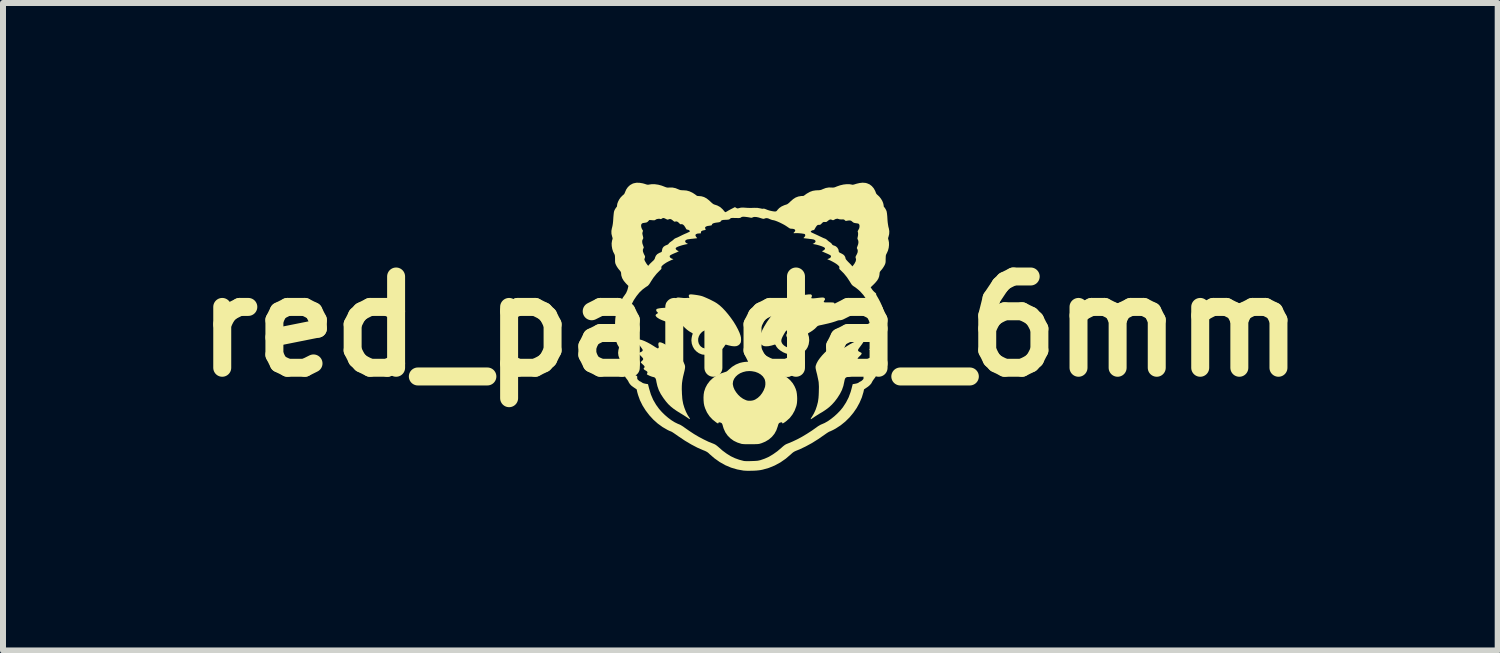
<source format=kicad_pcb>
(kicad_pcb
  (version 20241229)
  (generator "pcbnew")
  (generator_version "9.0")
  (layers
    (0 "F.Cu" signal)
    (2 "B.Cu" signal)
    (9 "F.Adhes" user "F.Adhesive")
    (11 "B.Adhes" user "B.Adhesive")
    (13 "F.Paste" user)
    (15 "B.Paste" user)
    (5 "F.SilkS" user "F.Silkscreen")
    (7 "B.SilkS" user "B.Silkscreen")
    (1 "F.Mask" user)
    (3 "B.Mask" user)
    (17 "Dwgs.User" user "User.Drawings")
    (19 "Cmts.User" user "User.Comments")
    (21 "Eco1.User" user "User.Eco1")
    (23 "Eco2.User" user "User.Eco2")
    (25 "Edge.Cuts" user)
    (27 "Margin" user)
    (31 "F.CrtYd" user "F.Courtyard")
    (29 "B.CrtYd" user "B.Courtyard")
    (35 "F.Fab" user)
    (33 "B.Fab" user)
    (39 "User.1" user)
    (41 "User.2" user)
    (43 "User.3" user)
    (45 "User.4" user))
  (footprint "red_panda_6mm"
    (layer "F.Cu")
    (at 9.478 2.401)
    (property "Reference" "red_panda_6mm" (at 0 0 0) (layer "F.SilkS") (effects (font (size 1.524 1.524) (thickness 0.3))))
    (attr board_only exclude_from_pos_files exclude_from_bom)
    (fp_poly (pts (xy -0.641 0.09) (xy -0.62 0.103) (xy -0.606 0.124) (xy -0.602 0.136) (xy -0.603 0.16) (xy -0.612 0.183) (xy -0.627 0.2) (xy -0.629 0.202) (xy -0.645 0.209) (xy -0.665 0.213) (xy -0.681 0.213) (xy -0.684 0.212) (xy -0.71 0.198) (xy -0.728 0.179) (xy -0.737 0.157) (xy -0.736 0.133) (xy -0.724 0.111) (xy -0.713 0.099) (xy -0.69 0.087) (xy -0.665 0.084)) (stroke (width 0) (type solid)) (fill yes) (layer "F.SilkS"))
    (fp_poly (pts (xy 0.697 0.09) (xy 0.718 0.103) (xy 0.732 0.124) (xy 0.736 0.136) (xy 0.735 0.16) (xy 0.726 0.183) (xy 0.712 0.2) (xy 0.709 0.202) (xy 0.693 0.209) (xy 0.673 0.213) (xy 0.657 0.213) (xy 0.654 0.212) (xy 0.628 0.198) (xy 0.61 0.179) (xy 0.601 0.157) (xy 0.602 0.133) (xy 0.614 0.111) (xy 0.625 0.099) (xy 0.648 0.087) (xy 0.673 0.084)) (stroke (width 0) (type solid)) (fill yes) (layer "F.SilkS"))
    (fp_poly (pts (xy -1.834 0.22) (xy -1.801 0.23) (xy -1.761 0.246) (xy -1.717 0.267) (xy -1.669 0.293) (xy -1.62 0.323) (xy -1.609 0.33) (xy -1.586 0.345) (xy -1.566 0.356) (xy -1.551 0.364) (xy -1.545 0.366) (xy -1.535 0.361) (xy -1.529 0.349) (xy -1.53 0.334) (xy -1.53 0.333) (xy -1.535 0.315) (xy -1.536 0.296) (xy -1.534 0.279) (xy -1.528 0.269) (xy -1.527 0.268) (xy -1.512 0.264) (xy -1.494 0.266) (xy -1.472 0.274) (xy -1.449 0.284) (xy -1.398 0.313) (xy -1.346 0.349) (xy -1.293 0.391) (xy -1.243 0.436) (xy -1.197 0.484) (xy -1.157 0.533) (xy -1.125 0.579) (xy -1.113 0.601) (xy -1.102 0.625) (xy -1.094 0.645) (xy -1.09 0.664) (xy -1.09 0.684) (xy -1.093 0.708) (xy -1.099 0.739) (xy -1.109 0.779) (xy -1.109 0.78) (xy -1.124 0.841) (xy -1.134 0.895) (xy -1.141 0.945) (xy -1.144 0.994) (xy -1.145 1.048) (xy -1.143 1.089) (xy -1.142 1.126) (xy -1.139 1.163) (xy -1.137 1.196) (xy -1.134 1.222) (xy -1.133 1.229) (xy -1.121 1.293) (xy -1.101 1.358) (xy -1.076 1.422) (xy -1.047 1.479) (xy -1.03 1.505) (xy -1.015 1.528) (xy -1.008 1.542) (xy -1.009 1.547) (xy -1.019 1.544) (xy -1.037 1.533) (xy -1.05 1.523) (xy -1.067 1.512) (xy -1.091 1.496) (xy -1.121 1.477) (xy -1.152 1.458) (xy -1.169 1.448) (xy -1.231 1.409) (xy -1.283 1.373) (xy -1.329 1.336) (xy -1.37 1.297) (xy -1.408 1.253) (xy -1.446 1.203) (xy -1.452 1.195) (xy -1.495 1.129) (xy -1.528 1.064) (xy -1.552 0.996) (xy -1.569 0.922) (xy -1.569 0.918) (xy -1.575 0.888) (xy -1.583 0.868) (xy -1.593 0.855) (xy -1.608 0.847) (xy -1.624 0.843) (xy -1.64 0.839) (xy -1.66 0.832) (xy -1.682 0.823) (xy -1.703 0.813) (xy -1.719 0.805) (xy -1.727 0.798) (xy -1.728 0.797) (xy -1.725 0.788) (xy -1.721 0.78) (xy -1.717 0.767) (xy -1.722 0.754) (xy -1.738 0.741) (xy -1.754 0.732) (xy -1.774 0.719) (xy -1.782 0.706) (xy -1.778 0.695) (xy -1.773 0.69) (xy -1.765 0.679) (xy -1.767 0.667) (xy -1.778 0.651) (xy -1.797 0.633) (xy -1.813 0.618) (xy -1.825 0.606) (xy -1.83 0.599) (xy -1.83 0.599) (xy -1.826 0.592) (xy -1.816 0.58) (xy -1.809 0.574) (xy -1.795 0.56) (xy -1.789 0.546) (xy -1.792 0.532) (xy -1.805 0.516) (xy -1.824 0.496) (xy -1.845 0.475) (xy -1.857 0.459) (xy -1.859 0.447) (xy -1.851 0.438) (xy -1.835 0.429) (xy -1.833 0.429) (xy -1.81 0.417) (xy -1.798 0.404) (xy -1.798 0.388) (xy -1.801 0.383) (xy -1.807 0.373) (xy -1.819 0.356) (xy -1.834 0.335) (xy -1.848 0.317) (xy -1.865 0.294) (xy -1.879 0.273) (xy -1.888 0.257) (xy -1.892 0.249) (xy -1.889 0.233) (xy -1.878 0.221) (xy -1.86 0.216) (xy -1.859 0.216)) (stroke (width 0) (type solid)) (fill yes) (layer "F.SilkS"))
    (fp_poly (pts (xy 1.877 0.22) (xy 1.889 0.232) (xy 1.892 0.248) (xy 1.892 0.249) (xy 1.887 0.259) (xy 1.877 0.276) (xy 1.862 0.298) (xy 1.848 0.317) (xy 1.831 0.34) (xy 1.816 0.36) (xy 1.805 0.376) (xy 1.801 0.383) (xy 1.797 0.399) (xy 1.805 0.413) (xy 1.825 0.425) (xy 1.833 0.429) (xy 1.85 0.437) (xy 1.858 0.446) (xy 1.857 0.458) (xy 1.847 0.473) (xy 1.827 0.494) (xy 1.824 0.496) (xy 1.803 0.517) (xy 1.792 0.534) (xy 1.79 0.548) (xy 1.796 0.561) (xy 1.809 0.574) (xy 1.822 0.587) (xy 1.829 0.596) (xy 1.83 0.599) (xy 1.826 0.605) (xy 1.815 0.617) (xy 1.799 0.631) (xy 1.797 0.633) (xy 1.777 0.652) (xy 1.766 0.668) (xy 1.766 0.68) (xy 1.773 0.69) (xy 1.781 0.702) (xy 1.778 0.714) (xy 1.763 0.727) (xy 1.754 0.732) (xy 1.731 0.746) (xy 1.719 0.759) (xy 1.717 0.772) (xy 1.721 0.78) (xy 1.727 0.791) (xy 1.728 0.797) (xy 1.723 0.802) (xy 1.709 0.81) (xy 1.69 0.819) (xy 1.669 0.828) (xy 1.648 0.836) (xy 1.63 0.842) (xy 1.624 0.843) (xy 1.605 0.848) (xy 1.591 0.857) (xy 1.581 0.871) (xy 1.574 0.893) (xy 1.569 0.918) (xy 1.553 0.992) (xy 1.529 1.061) (xy 1.496 1.126) (xy 1.454 1.192) (xy 1.452 1.195) (xy 1.408 1.253) (xy 1.363 1.303) (xy 1.315 1.348) (xy 1.261 1.389) (xy 1.199 1.43) (xy 1.181 1.44) (xy 1.149 1.459) (xy 1.116 1.48) (xy 1.086 1.499) (xy 1.062 1.515) (xy 1.061 1.516) (xy 1.037 1.532) (xy 1.022 1.542) (xy 1.013 1.547) (xy 1.009 1.547) (xy 1.008 1.544) (xy 1.008 1.543) (xy 1.011 1.535) (xy 1.019 1.521) (xy 1.03 1.505) (xy 1.061 1.452) (xy 1.089 1.392) (xy 1.111 1.327) (xy 1.128 1.262) (xy 1.133 1.229) (xy 1.138 1.192) (xy 1.141 1.148) (xy 1.143 1.101) (xy 1.144 1.053) (xy 1.145 1.008) (xy 1.143 0.968) (xy 1.141 0.937) (xy 1.141 0.933) (xy 1.137 0.908) (xy 1.13 0.875) (xy 1.122 0.837) (xy 1.114 0.799) (xy 1.109 0.781) (xy 1.1 0.745) (xy 1.094 0.717) (xy 1.09 0.698) (xy 1.089 0.683) (xy 1.089 0.671) (xy 1.091 0.66) (xy 1.092 0.655) (xy 1.106 0.616) (xy 1.13 0.572) (xy 1.162 0.527) (xy 1.201 0.48) (xy 1.245 0.434) (xy 1.292 0.391) (xy 1.342 0.351) (xy 1.393 0.316) (xy 1.443 0.287) (xy 1.449 0.284) (xy 1.477 0.272) (xy 1.498 0.265) (xy 1.515 0.265) (xy 1.527 0.268) (xy 1.533 0.276) (xy 1.536 0.291) (xy 1.536 0.309) (xy 1.532 0.326) (xy 1.53 0.33) (xy 1.527 0.344) (xy 1.532 0.357) (xy 1.541 0.365) (xy 1.545 0.366) (xy 1.553 0.363) (xy 1.569 0.354) (xy 1.59 0.342) (xy 1.609 0.33) (xy 1.659 0.299) (xy 1.707 0.273) (xy 1.752 0.25) (xy 1.792 0.233) (xy 1.827 0.221) (xy 1.854 0.216) (xy 1.859 0.216)) (stroke (width 0) (type solid)) (fill yes) (layer "F.SilkS"))
    (fp_poly (pts (xy 0.035 0.589) (xy 0.077 0.591) (xy 0.113 0.594) (xy 0.127 0.597) (xy 0.197 0.616) (xy 0.263 0.647) (xy 0.323 0.688) (xy 0.36 0.721) (xy 0.383 0.741) (xy 0.402 0.754) (xy 0.422 0.761) (xy 0.423 0.761) (xy 0.492 0.784) (xy 0.557 0.815) (xy 0.615 0.853) (xy 0.666 0.898) (xy 0.708 0.948) (xy 0.738 0.999) (xy 0.757 1.042) (xy 0.77 1.083) (xy 0.777 1.125) (xy 0.781 1.174) (xy 0.782 1.206) (xy 0.781 1.241) (xy 0.779 1.269) (xy 0.776 1.292) (xy 0.771 1.316) (xy 0.766 1.334) (xy 0.739 1.406) (xy 0.703 1.47) (xy 0.659 1.527) (xy 0.605 1.576) (xy 0.573 1.6) (xy 0.554 1.612) (xy 0.543 1.618) (xy 0.537 1.618) (xy 0.534 1.613) (xy 0.532 1.609) (xy 0.529 1.601) (xy 0.521 1.6) (xy 0.507 1.602) (xy 0.49 1.607) (xy 0.479 1.615) (xy 0.47 1.627) (xy 0.463 1.647) (xy 0.457 1.669) (xy 0.434 1.734) (xy 0.402 1.792) (xy 0.36 1.843) (xy 0.309 1.887) (xy 0.249 1.923) (xy 0.189 1.948) (xy 0.172 1.953) (xy 0.157 1.958) (xy 0.142 1.961) (xy 0.125 1.963) (xy 0.103 1.964) (xy 0.074 1.965) (xy 0.036 1.966) (xy 0.015 1.966) (xy -0.037 1.966) (xy -0.078 1.966) (xy -0.11 1.964) (xy -0.134 1.962) (xy -0.147 1.96) (xy -0.216 1.938) (xy -0.278 1.908) (xy -0.332 1.869) (xy -0.379 1.822) (xy -0.417 1.768) (xy -0.445 1.707) (xy -0.457 1.669) (xy -0.464 1.642) (xy -0.472 1.624) (xy -0.481 1.612) (xy -0.494 1.606) (xy -0.507 1.602) (xy -0.522 1.6) (xy -0.529 1.602) (xy -0.532 1.609) (xy -0.535 1.616) (xy -0.54 1.619) (xy -0.548 1.616) (xy -0.563 1.607) (xy -0.573 1.6) (xy -0.633 1.552) (xy -0.683 1.498) (xy -0.724 1.436) (xy -0.755 1.367) (xy -0.769 1.323) (xy -0.777 1.282) (xy -0.781 1.233) (xy -0.782 1.182) (xy -0.779 1.133) (xy -0.772 1.091) (xy -0.772 1.089) (xy -0.75 1.024) (xy -0.718 0.964) (xy -0.709 0.953) (xy -0.293 0.953) (xy -0.292 0.969) (xy -0.283 1.011) (xy -0.264 1.056) (xy -0.237 1.099) (xy -0.204 1.14) (xy -0.166 1.176) (xy -0.125 1.205) (xy -0.108 1.214) (xy -0.08 1.227) (xy -0.059 1.235) (xy -0.04 1.239) (xy -0.02 1.24) (xy 0.006 1.24) (xy 0.035 1.236) (xy 0.061 1.229) (xy 0.084 1.218) (xy 0.124 1.192) (xy 0.163 1.156) (xy 0.196 1.113) (xy 0.223 1.066) (xy 0.242 1.017) (xy 0.246 1.003) (xy 0.251 0.966) (xy 0.25 0.928) (xy 0.243 0.892) (xy 0.234 0.871) (xy 0.209 0.834) (xy 0.174 0.802) (xy 0.131 0.776) (xy 0.081 0.757) (xy 0.027 0.747) (xy -0.015 0.744) (xy -0.07 0.748) (xy -0.122 0.761) (xy -0.169 0.78) (xy -0.21 0.806) (xy -0.244 0.837) (xy -0.27 0.872) (xy -0.287 0.911) (xy -0.293 0.953) (xy -0.709 0.953) (xy -0.677 0.91) (xy -0.626 0.862) (xy -0.568 0.821) (xy -0.503 0.788) (xy -0.431 0.764) (xy -0.423 0.761) (xy -0.403 0.755) (xy -0.384 0.743) (xy -0.364 0.725) (xy -0.36 0.721) (xy -0.304 0.673) (xy -0.242 0.635) (xy -0.175 0.608) (xy -0.127 0.597) (xy -0.095 0.592) (xy -0.055 0.589) (xy -0.011 0.588)) (stroke (width 0) (type solid)) (fill yes) (layer "F.SilkS"))
    (fp_poly (pts (xy -0.982 -0.536) (xy -0.955 -0.533) (xy -0.922 -0.529) (xy -0.888 -0.524) (xy -0.854 -0.518) (xy -0.822 -0.511) (xy -0.819 -0.51) (xy -0.793 -0.502) (xy -0.759 -0.488) (xy -0.72 -0.471) (xy -0.678 -0.452) (xy -0.637 -0.431) (xy -0.598 -0.411) (xy -0.565 -0.391) (xy -0.556 -0.385) (xy -0.512 -0.352) (xy -0.465 -0.309) (xy -0.417 -0.258) (xy -0.369 -0.201) (xy -0.323 -0.141) (xy -0.279 -0.078) (xy -0.24 -0.014) (xy -0.207 0.048) (xy -0.18 0.107) (xy -0.164 0.153) (xy -0.157 0.183) (xy -0.155 0.215) (xy -0.156 0.245) (xy -0.161 0.268) (xy -0.163 0.273) (xy -0.181 0.299) (xy -0.204 0.317) (xy -0.233 0.328) (xy -0.268 0.331) (xy -0.311 0.327) (xy -0.362 0.316) (xy -0.408 0.303) (xy -0.417 0.306) (xy -0.427 0.321) (xy -0.429 0.324) (xy -0.443 0.346) (xy -0.464 0.37) (xy -0.49 0.394) (xy -0.517 0.415) (xy -0.528 0.422) (xy -0.585 0.448) (xy -0.649 0.465) (xy -0.717 0.472) (xy -0.763 0.472) (xy -0.797 0.469) (xy -0.811 0.466) (xy -0.86 0.446) (xy -0.901 0.416) (xy -0.936 0.379) (xy -0.961 0.335) (xy -0.978 0.286) (xy -0.983 0.244) (xy -0.871 0.244) (xy -0.862 0.282) (xy -0.843 0.316) (xy -0.827 0.334) (xy -0.796 0.356) (xy -0.758 0.368) (xy -0.714 0.372) (xy -0.667 0.365) (xy -0.658 0.363) (xy -0.615 0.348) (xy -0.578 0.329) (xy -0.549 0.306) (xy -0.528 0.28) (xy -0.522 0.265) (xy -0.518 0.248) (xy -0.517 0.23) (xy -0.522 0.209) (xy -0.531 0.184) (xy -0.546 0.154) (xy -0.567 0.117) (xy -0.586 0.086) (xy -0.596 0.075) (xy -0.613 0.063) (xy -0.619 0.059) (xy -0.635 0.052) (xy -0.651 0.049) (xy -0.671 0.049) (xy -0.687 0.05) (xy -0.733 0.057) (xy -0.77 0.069) (xy -0.802 0.088) (xy -0.812 0.097) (xy -0.841 0.129) (xy -0.86 0.165) (xy -0.871 0.204) (xy -0.871 0.244) (xy -0.983 0.244) (xy -0.984 0.232) (xy -0.984 0.228) (xy -0.981 0.195) (xy -0.974 0.158) (xy -0.964 0.126) (xy -0.963 0.125) (xy -0.963 0.117) (xy -0.971 0.11) (xy -0.988 0.1) (xy -0.988 0.1) (xy -1.022 0.08) (xy -1.057 0.054) (xy -1.089 0.026) (xy -1.104 0.011) (xy -1.112 0.002) (xy -1.12 -0.004) (xy -1.129 -0.01) (xy -1.142 -0.015) (xy -1.16 -0.019) (xy -1.186 -0.025) (xy -1.221 -0.033) (xy -1.226 -0.034) (xy -1.296 -0.049) (xy -1.361 -0.067) (xy -1.42 -0.085) (xy -1.471 -0.104) (xy -1.514 -0.123) (xy -1.547 -0.143) (xy -1.566 -0.158) (xy -1.58 -0.176) (xy -1.582 -0.191) (xy -1.572 -0.204) (xy -1.562 -0.21) (xy -1.547 -0.22) (xy -1.543 -0.229) (xy -1.552 -0.24) (xy -1.557 -0.244) (xy -1.568 -0.256) (xy -1.572 -0.272) (xy -1.569 -0.286) (xy -1.561 -0.293) (xy -1.549 -0.297) (xy -1.527 -0.302) (xy -1.501 -0.306) (xy -1.472 -0.309) (xy -1.444 -0.311) (xy -1.424 -0.312) (xy -1.401 -0.314) (xy -1.389 -0.32) (xy -1.388 -0.331) (xy -1.396 -0.347) (xy -1.397 -0.348) (xy -1.408 -0.366) (xy -1.409 -0.38) (xy -1.4 -0.393) (xy -1.395 -0.397) (xy -1.385 -0.4) (xy -1.37 -0.401) (xy -1.347 -0.402) (xy -1.315 -0.402) (xy -1.309 -0.402) (xy -1.273 -0.402) (xy -1.248 -0.402) (xy -1.233 -0.405) (xy -1.226 -0.409) (xy -1.226 -0.416) (xy -1.231 -0.426) (xy -1.235 -0.432) (xy -1.246 -0.45) (xy -1.246 -0.464) (xy -1.237 -0.475) (xy -1.234 -0.477) (xy -1.217 -0.483) (xy -1.194 -0.484) (xy -1.19 -0.483) (xy -1.139 -0.478) (xy -1.098 -0.474) (xy -1.068 -0.471) (xy -1.045 -0.47) (xy -1.03 -0.47) (xy -1.021 -0.472) (xy -1.018 -0.475) (xy -1.018 -0.481) (xy -1.021 -0.488) (xy -1.023 -0.492) (xy -1.029 -0.511) (xy -1.024 -0.526) (xy -1.014 -0.534) (xy -1.003 -0.536)) (stroke (width 0) (type solid)) (fill yes) (layer "F.SilkS"))
    (fp_poly (pts (xy 1.013 -0.535) (xy 1.014 -0.534) (xy 1.026 -0.522) (xy 1.028 -0.506) (xy 1.023 -0.492) (xy 1.019 -0.484) (xy 1.017 -0.478) (xy 1.019 -0.473) (xy 1.025 -0.471) (xy 1.037 -0.47) (xy 1.056 -0.47) (xy 1.083 -0.472) (xy 1.119 -0.476) (xy 1.165 -0.481) (xy 1.19 -0.483) (xy 1.214 -0.484) (xy 1.232 -0.478) (xy 1.234 -0.477) (xy 1.245 -0.466) (xy 1.247 -0.453) (xy 1.238 -0.436) (xy 1.235 -0.432) (xy 1.228 -0.421) (xy 1.225 -0.412) (xy 1.229 -0.407) (xy 1.24 -0.403) (xy 1.26 -0.402) (xy 1.291 -0.402) (xy 1.309 -0.402) (xy 1.343 -0.402) (xy 1.367 -0.401) (xy 1.383 -0.4) (xy 1.393 -0.397) (xy 1.4 -0.394) (xy 1.4 -0.393) (xy 1.409 -0.38) (xy 1.408 -0.366) (xy 1.397 -0.348) (xy 1.388 -0.332) (xy 1.389 -0.321) (xy 1.4 -0.314) (xy 1.423 -0.312) (xy 1.424 -0.312) (xy 1.449 -0.311) (xy 1.477 -0.309) (xy 1.506 -0.305) (xy 1.532 -0.301) (xy 1.552 -0.297) (xy 1.561 -0.293) (xy 1.571 -0.283) (xy 1.572 -0.267) (xy 1.566 -0.252) (xy 1.557 -0.244) (xy 1.545 -0.233) (xy 1.544 -0.223) (xy 1.556 -0.213) (xy 1.562 -0.21) (xy 1.578 -0.199) (xy 1.584 -0.185) (xy 1.578 -0.17) (xy 1.563 -0.154) (xy 1.539 -0.137) (xy 1.506 -0.12) (xy 1.466 -0.102) (xy 1.417 -0.084) (xy 1.363 -0.067) (xy 1.302 -0.051) (xy 1.236 -0.036) (xy 1.223 -0.033) (xy 1.187 -0.025) (xy 1.161 -0.02) (xy 1.142 -0.015) (xy 1.129 -0.01) (xy 1.12 -0.005) (xy 1.112 0.002) (xy 1.104 0.011) (xy 1.077 0.038) (xy 1.043 0.065) (xy 1.007 0.089) (xy 0.988 0.1) (xy 0.971 0.11) (xy 0.963 0.117) (xy 0.963 0.125) (xy 0.963 0.125) (xy 0.978 0.174) (xy 0.983 0.228) (xy 0.982 0.243) (xy 0.974 0.298) (xy 0.956 0.347) (xy 0.933 0.384) (xy 0.911 0.407) (xy 0.883 0.43) (xy 0.853 0.449) (xy 0.826 0.462) (xy 0.823 0.463) (xy 0.8 0.467) (xy 0.77 0.47) (xy 0.734 0.472) (xy 0.699 0.471) (xy 0.667 0.469) (xy 0.645 0.466) (xy 0.593 0.45) (xy 0.544 0.429) (xy 0.501 0.402) (xy 0.464 0.372) (xy 0.437 0.34) (xy 0.426 0.319) (xy 0.417 0.305) (xy 0.408 0.302) (xy 0.351 0.319) (xy 0.301 0.329) (xy 0.259 0.331) (xy 0.226 0.327) (xy 0.219 0.324) (xy 0.189 0.307) (xy 0.168 0.282) (xy 0.157 0.25) (xy 0.156 0.235) (xy 0.517 0.235) (xy 0.518 0.253) (xy 0.522 0.265) (xy 0.536 0.292) (xy 0.561 0.317) (xy 0.592 0.337) (xy 0.629 0.354) (xy 0.669 0.366) (xy 0.71 0.371) (xy 0.749 0.37) (xy 0.781 0.363) (xy 0.815 0.345) (xy 0.841 0.32) (xy 0.859 0.289) (xy 0.87 0.254) (xy 0.871 0.216) (xy 0.865 0.179) (xy 0.849 0.142) (xy 0.825 0.109) (xy 0.812 0.097) (xy 0.782 0.075) (xy 0.747 0.061) (xy 0.705 0.052) (xy 0.687 0.05) (xy 0.662 0.049) (xy 0.645 0.05) (xy 0.629 0.055) (xy 0.619 0.059) (xy 0.602 0.07) (xy 0.589 0.082) (xy 0.586 0.086) (xy 0.56 0.129) (xy 0.541 0.164) (xy 0.528 0.192) (xy 0.52 0.215) (xy 0.517 0.235) (xy 0.156 0.235) (xy 0.154 0.211) (xy 0.161 0.166) (xy 0.177 0.114) (xy 0.202 0.056) (xy 0.236 -0.008) (xy 0.239 -0.012) (xy 0.279 -0.078) (xy 0.324 -0.142) (xy 0.37 -0.202) (xy 0.417 -0.258) (xy 0.464 -0.308) (xy 0.509 -0.35) (xy 0.552 -0.382) (xy 0.556 -0.385) (xy 0.587 -0.404) (xy 0.624 -0.424) (xy 0.664 -0.445) (xy 0.706 -0.465) (xy 0.746 -0.483) (xy 0.782 -0.498) (xy 0.811 -0.508) (xy 0.819 -0.51) (xy 0.85 -0.517) (xy 0.884 -0.524) (xy 0.919 -0.529) (xy 0.951 -0.533) (xy 0.979 -0.536) (xy 1.001 -0.536)) (stroke (width 0) (type solid)) (fill yes) (layer "F.SilkS"))
    (fp_poly (pts (xy 1.923 -2.397) (xy 1.947 -2.391) (xy 1.99 -2.373) (xy 2.028 -2.344) (xy 2.06 -2.307) (xy 2.084 -2.264) (xy 2.092 -2.243) (xy 2.101 -2.22) (xy 2.115 -2.203) (xy 2.128 -2.192) (xy 2.155 -2.166) (xy 2.18 -2.134) (xy 2.202 -2.098) (xy 2.217 -2.062) (xy 2.225 -2.028) (xy 2.226 -2.015) (xy 2.228 -2.002) (xy 2.232 -1.995) (xy 2.241 -1.986) (xy 2.252 -1.97) (xy 2.263 -1.95) (xy 2.272 -1.931) (xy 2.274 -1.926) (xy 2.277 -1.912) (xy 2.281 -1.889) (xy 2.284 -1.861) (xy 2.287 -1.829) (xy 2.287 -1.824) (xy 2.29 -1.773) (xy 2.294 -1.732) (xy 2.299 -1.698) (xy 2.304 -1.668) (xy 2.311 -1.641) (xy 2.313 -1.635) (xy 2.32 -1.591) (xy 2.318 -1.543) (xy 2.307 -1.499) (xy 2.301 -1.48) (xy 2.3 -1.466) (xy 2.304 -1.451) (xy 2.307 -1.442) (xy 2.314 -1.404) (xy 2.315 -1.36) (xy 2.31 -1.314) (xy 2.298 -1.268) (xy 2.28 -1.227) (xy 2.272 -1.212) (xy 2.267 -1.201) (xy 2.263 -1.189) (xy 2.261 -1.172) (xy 2.26 -1.148) (xy 2.259 -1.125) (xy 2.259 -1.096) (xy 2.258 -1.074) (xy 2.255 -1.058) (xy 2.25 -1.043) (xy 2.243 -1.026) (xy 2.239 -1.019) (xy 2.224 -0.993) (xy 2.205 -0.965) (xy 2.189 -0.945) (xy 2.173 -0.927) (xy 2.164 -0.913) (xy 2.159 -0.9) (xy 2.157 -0.883) (xy 2.157 -0.875) (xy 2.151 -0.838) (xy 2.138 -0.802) (xy 2.117 -0.767) (xy 2.086 -0.73) (xy 2.063 -0.706) (xy 2.009 -0.654) (xy 2.031 -0.621) (xy 2.047 -0.6) (xy 2.067 -0.579) (xy 2.079 -0.569) (xy 2.094 -0.556) (xy 2.101 -0.546) (xy 2.1 -0.542) (xy 2.1 -0.535) (xy 2.107 -0.52) (xy 2.116 -0.504) (xy 2.143 -0.457) (xy 2.171 -0.403) (xy 2.196 -0.348) (xy 2.215 -0.296) (xy 2.216 -0.293) (xy 2.231 -0.247) (xy 2.242 -0.206) (xy 2.25 -0.168) (xy 2.255 -0.129) (xy 2.258 -0.087) (xy 2.259 -0.036) (xy 2.259 -0.018) (xy 2.258 0.058) (xy 2.255 0.123) (xy 2.251 0.179) (xy 2.243 0.226) (xy 2.233 0.265) (xy 2.221 0.298) (xy 2.206 0.326) (xy 2.205 0.327) (xy 2.197 0.34) (xy 2.193 0.349) (xy 2.194 0.361) (xy 2.199 0.379) (xy 2.2 0.382) (xy 2.207 0.429) (xy 2.204 0.478) (xy 2.19 0.525) (xy 2.186 0.536) (xy 2.175 0.558) (xy 2.17 0.576) (xy 2.17 0.594) (xy 2.17 0.604) (xy 2.169 0.643) (xy 2.158 0.684) (xy 2.138 0.723) (xy 2.134 0.73) (xy 2.122 0.751) (xy 2.113 0.774) (xy 2.11 0.785) (xy 2.103 0.814) (xy 2.09 0.842) (xy 2.069 0.871) (xy 2.065 0.876) (xy 2.051 0.895) (xy 2.04 0.912) (xy 2.035 0.921) (xy 2.019 0.951) (xy 1.996 0.978) (xy 1.966 1.004) (xy 1.947 1.017) (xy 1.898 1.05) (xy 1.888 1.097) (xy 1.861 1.186) (xy 1.823 1.274) (xy 1.776 1.36) (xy 1.72 1.441) (xy 1.656 1.518) (xy 1.585 1.588) (xy 1.508 1.65) (xy 1.427 1.703) (xy 1.383 1.727) (xy 1.36 1.738) (xy 1.339 1.748) (xy 1.323 1.754) (xy 1.32 1.755) (xy 1.31 1.76) (xy 1.292 1.771) (xy 1.269 1.786) (xy 1.245 1.803) (xy 1.134 1.88) (xy 1.027 1.947) (xy 0.924 2.003) (xy 0.826 2.05) (xy 0.789 2.065) (xy 0.759 2.077) (xy 0.736 2.088) (xy 0.718 2.099) (xy 0.7 2.113) (xy 0.679 2.132) (xy 0.678 2.133) (xy 0.592 2.207) (xy 0.501 2.27) (xy 0.407 2.321) (xy 0.309 2.361) (xy 0.207 2.39) (xy 0.168 2.398) (xy 0.136 2.402) (xy 0.096 2.406) (xy 0.05 2.408) (xy 0.003 2.409) (xy -0.043 2.41) (xy -0.083 2.408) (xy -0.114 2.406) (xy -0.219 2.387) (xy -0.321 2.357) (xy -0.418 2.316) (xy -0.512 2.263) (xy -0.602 2.199) (xy -0.678 2.133) (xy -0.699 2.113) (xy -0.717 2.099) (xy -0.736 2.088) (xy -0.758 2.077) (xy -0.789 2.065) (xy -0.789 2.065) (xy -0.885 2.023) (xy -0.986 1.97) (xy -1.092 1.907) (xy -1.201 1.834) (xy -1.245 1.803) (xy -1.27 1.786) (xy -1.292 1.771) (xy -1.31 1.76) (xy -1.32 1.755) (xy -1.332 1.75) (xy -1.352 1.742) (xy -1.375 1.731) (xy -1.383 1.727) (xy -1.466 1.679) (xy -1.546 1.621) (xy -1.62 1.555) (xy -1.687 1.482) (xy -1.748 1.402) (xy -1.8 1.319) (xy -1.843 1.232) (xy -1.875 1.143) (xy -1.888 1.097) (xy -1.898 1.05) (xy -1.947 1.017) (xy -1.983 0.991) (xy -2.009 0.964) (xy -2.028 0.936) (xy -2.035 0.921) (xy -2.043 0.906) (xy -2.056 0.887) (xy -2.065 0.876) (xy -2.087 0.846) (xy -2.101 0.818) (xy -2.109 0.79) (xy -2.11 0.785) (xy -2.116 0.765) (xy -2.127 0.742) (xy -2.134 0.73) (xy -2.155 0.692) (xy -2.168 0.651) (xy -2.171 0.612) (xy -2.17 0.604) (xy -2.169 0.586) (xy -2.171 0.57) (xy -2.178 0.551) (xy -2.185 0.536) (xy -2.202 0.49) (xy -2.208 0.441) (xy -2.203 0.393) (xy -2.2 0.382) (xy -2.195 0.363) (xy -2.193 0.351) (xy -2.196 0.341) (xy -2.203 0.329) (xy -2.205 0.327) (xy -2.22 0.3) (xy -2.233 0.268) (xy -2.243 0.23) (xy -2.247 0.205) (xy -2.087 0.205) (xy -2.086 0.23) (xy -2.077 0.259) (xy -2.057 0.292) (xy -2.028 0.332) (xy -2.025 0.335) (xy -2.009 0.355) (xy -1.996 0.372) (xy -1.989 0.383) (xy -1.987 0.387) (xy -1.993 0.39) (xy -2.006 0.397) (xy -2.009 0.398) (xy -2.03 0.414) (xy -2.042 0.433) (xy -2.045 0.459) (xy -2.045 0.47) (xy -2.042 0.486) (xy -2.038 0.499) (xy -2.03 0.51) (xy -2.015 0.525) (xy -2.007 0.532) (xy -1.972 0.564) (xy -1.984 0.577) (xy -2.002 0.602) (xy -2.01 0.627) (xy -2.01 0.637) (xy -2.008 0.649) (xy -2.002 0.661) (xy -1.989 0.676) (xy -1.977 0.687) (xy -1.96 0.704) (xy -1.951 0.716) (xy -1.949 0.724) (xy -1.95 0.726) (xy -1.957 0.746) (xy -1.954 0.769) (xy -1.942 0.791) (xy -1.925 0.81) (xy -1.91 0.818) (xy -1.896 0.826) (xy -1.889 0.833) (xy -1.889 0.845) (xy -1.889 0.853) (xy -1.889 0.868) (xy -1.885 0.88) (xy -1.874 0.893) (xy -1.869 0.897) (xy -1.855 0.909) (xy -1.843 0.917) (xy -1.839 0.918) (xy -1.83 0.922) (xy -1.816 0.931) (xy -1.813 0.933) (xy -1.794 0.945) (xy -1.766 0.953) (xy -1.752 0.956) (xy -1.709 0.963) (xy -1.689 1.041) (xy -1.66 1.137) (xy -1.622 1.225) (xy -1.574 1.307) (xy -1.524 1.376) (xy -1.478 1.428) (xy -1.427 1.478) (xy -1.372 1.525) (xy -1.317 1.566) (xy -1.262 1.6) (xy -1.211 1.625) (xy -1.191 1.633) (xy -1.172 1.641) (xy -1.148 1.655) (xy -1.121 1.672) (xy -1.102 1.686) (xy -1.022 1.742) (xy -0.94 1.796) (xy -0.857 1.845) (xy -0.775 1.888) (xy -0.698 1.925) (xy -0.633 1.951) (xy -0.603 1.963) (xy -0.581 1.975) (xy -0.56 1.99) (xy -0.537 2.009) (xy -0.465 2.072) (xy -0.396 2.123) (xy -0.327 2.166) (xy -0.258 2.199) (xy -0.186 2.225) (xy -0.11 2.245) (xy -0.102 2.246) (xy -0.091 2.247) (xy -0.071 2.248) (xy -0.043 2.248) (xy -0.01 2.248) (xy 0.015 2.247) (xy 0.058 2.246) (xy 0.091 2.244) (xy 0.118 2.242) (xy 0.14 2.238) (xy 0.162 2.233) (xy 0.164 2.233) (xy 0.237 2.208) (xy 0.309 2.176) (xy 0.379 2.134) (xy 0.451 2.083) (xy 0.524 2.021) (xy 0.537 2.009) (xy 0.561 1.989) (xy 0.582 1.974) (xy 0.605 1.962) (xy 0.633 1.951) (xy 0.705 1.921) (xy 0.783 1.884) (xy 0.865 1.84) (xy 0.948 1.79) (xy 1.03 1.737) (xy 1.102 1.686) (xy 1.128 1.667) (xy 1.155 1.651) (xy 1.178 1.638) (xy 1.191 1.633) (xy 1.241 1.611) (xy 1.294 1.581) (xy 1.348 1.543) (xy 1.403 1.499) (xy 1.455 1.451) (xy 1.504 1.4) (xy 1.544 1.351) (xy 1.597 1.27) (xy 1.641 1.184) (xy 1.675 1.092) (xy 1.689 1.041) (xy 1.709 0.963) (xy 1.752 0.956) (xy 1.783 0.949) (xy 1.805 0.939) (xy 1.813 0.933) (xy 1.826 0.924) (xy 1.837 0.918) (xy 1.839 0.918) (xy 1.848 0.914) (xy 1.861 0.904) (xy 1.869 0.897) (xy 1.883 0.883) (xy 1.889 0.872) (xy 1.89 0.858) (xy 1.889 0.853) (xy 1.889 0.837) (xy 1.892 0.828) (xy 1.903 0.821) (xy 1.91 0.818) (xy 1.932 0.803) (xy 1.947 0.783) (xy 1.956 0.761) (xy 1.956 0.739) (xy 1.95 0.726) (xy 1.95 0.719) (xy 1.956 0.709) (xy 1.97 0.694) (xy 1.977 0.687) (xy 1.995 0.669) (xy 2.005 0.656) (xy 2.01 0.645) (xy 2.01 0.637) (xy 2.006 0.611) (xy 1.992 0.587) (xy 1.984 0.577) (xy 1.972 0.564) (xy 2.007 0.532) (xy 2.025 0.516) (xy 2.035 0.503) (xy 2.041 0.492) (xy 2.044 0.477) (xy 2.045 0.47) (xy 2.044 0.441) (xy 2.035 0.419) (xy 2.017 0.403) (xy 2.009 0.398) (xy 1.995 0.391) (xy 1.988 0.387) (xy 1.987 0.387) (xy 1.99 0.382) (xy 1.999 0.369) (xy 2.012 0.352) (xy 2.025 0.335) (xy 2.055 0.295) (xy 2.076 0.261) (xy 2.086 0.232) (xy 2.087 0.207) (xy 2.079 0.185) (xy 2.062 0.165) (xy 2.061 0.164) (xy 2.039 0.145) (xy 2.049 0.085) (xy 2.058 -0.008) (xy 2.055 -0.102) (xy 2.042 -0.194) (xy 2.018 -0.284) (xy 1.984 -0.37) (xy 1.94 -0.451) (xy 1.886 -0.527) (xy 1.833 -0.586) (xy 1.808 -0.609) (xy 1.78 -0.632) (xy 1.754 -0.652) (xy 1.741 -0.661) (xy 1.723 -0.672) (xy 1.709 -0.683) (xy 1.697 -0.694) (xy 1.686 -0.709) (xy 1.672 -0.731) (xy 1.658 -0.754) (xy 1.613 -0.822) (xy 1.561 -0.886) (xy 1.511 -0.936) (xy 1.495 -0.951) (xy 1.487 -0.961) (xy 1.484 -0.971) (xy 1.485 -0.981) (xy 1.487 -0.992) (xy 1.484 -1.001) (xy 1.475 -1.012) (xy 1.459 -1.027) (xy 1.458 -1.028) (xy 1.436 -1.045) (xy 1.406 -1.064) (xy 1.372 -1.083) (xy 1.337 -1.101) (xy 1.304 -1.115) (xy 1.302 -1.116) (xy 1.289 -1.121) (xy 1.286 -1.124) (xy 1.292 -1.127) (xy 1.296 -1.128) (xy 1.323 -1.139) (xy 1.34 -1.152) (xy 1.347 -1.168) (xy 1.344 -1.182) (xy 1.336 -1.189) (xy 1.319 -1.199) (xy 1.294 -1.211) (xy 1.262 -1.225) (xy 1.262 -1.225) (xy 1.232 -1.238) (xy 1.212 -1.247) (xy 1.201 -1.253) (xy 1.197 -1.257) (xy 1.198 -1.259) (xy 1.204 -1.261) (xy 1.221 -1.269) (xy 1.236 -1.281) (xy 1.246 -1.294) (xy 1.246 -1.306) (xy 1.238 -1.317) (xy 1.219 -1.328) (xy 1.19 -1.34) (xy 1.181 -1.343) (xy 1.151 -1.353) (xy 1.119 -1.362) (xy 1.091 -1.369) (xy 1.083 -1.37) (xy 1.041 -1.378) (xy 1.06 -1.388) (xy 1.08 -1.402) (xy 1.089 -1.418) (xy 1.086 -1.433) (xy 1.073 -1.445) (xy 1.058 -1.452) (xy 1.043 -1.455) (xy 1.019 -1.459) (xy 0.99 -1.462) (xy 0.962 -1.466) (xy 0.934 -1.469) (xy 0.91 -1.472) (xy 0.894 -1.474) (xy 0.888 -1.476) (xy 0.888 -1.476) (xy 0.892 -1.483) (xy 0.902 -1.493) (xy 0.903 -1.494) (xy 0.915 -1.511) (xy 0.917 -1.527) (xy 0.91 -1.541) (xy 0.909 -1.542) (xy 0.9 -1.546) (xy 0.881 -1.549) (xy 0.856 -1.553) (xy 0.827 -1.556) (xy 0.798 -1.558) (xy 0.772 -1.559) (xy 0.751 -1.559) (xy 0.746 -1.558) (xy 0.728 -1.557) (xy 0.721 -1.56) (xy 0.725 -1.568) (xy 0.735 -1.577) (xy 0.739 -1.582) (xy 1.008 -1.582) (xy 1.013 -1.576) (xy 1.027 -1.567) (xy 1.046 -1.558) (xy 1.049 -1.557) (xy 1.07 -1.547) (xy 1.099 -1.534) (xy 1.131 -1.519) (xy 1.158 -1.506) (xy 1.186 -1.493) (xy 1.211 -1.481) (xy 1.231 -1.472) (xy 1.244 -1.468) (xy 1.244 -1.468) (xy 1.259 -1.461) (xy 1.276 -1.449) (xy 1.283 -1.443) (xy 1.302 -1.426) (xy 1.324 -1.41) (xy 1.33 -1.406) (xy 1.347 -1.393) (xy 1.36 -1.379) (xy 1.363 -1.373) (xy 1.372 -1.362) (xy 1.389 -1.353) (xy 1.398 -1.351) (xy 1.428 -1.338) (xy 1.452 -1.316) (xy 1.469 -1.289) (xy 1.476 -1.259) (xy 1.476 -1.255) (xy 1.477 -1.246) (xy 1.483 -1.239) (xy 1.495 -1.231) (xy 1.515 -1.221) (xy 1.518 -1.22) (xy 1.55 -1.202) (xy 1.571 -1.182) (xy 1.584 -1.159) (xy 1.588 -1.142) (xy 1.591 -1.13) (xy 1.598 -1.118) (xy 1.61 -1.104) (xy 1.628 -1.084) (xy 1.645 -1.067) (xy 1.665 -1.047) (xy 1.682 -1.029) (xy 1.694 -1.015) (xy 1.698 -1.008) (xy 1.698 -1.008) (xy 1.701 -1.004) (xy 1.709 -1.01) (xy 1.722 -1.026) (xy 1.739 -1.05) (xy 1.74 -1.052) (xy 1.758 -1.086) (xy 1.765 -1.116) (xy 1.76 -1.142) (xy 1.758 -1.147) (xy 1.756 -1.155) (xy 1.758 -1.167) (xy 1.766 -1.184) (xy 1.773 -1.196) (xy 1.789 -1.231) (xy 1.794 -1.262) (xy 1.789 -1.287) (xy 1.785 -1.295) (xy 1.779 -1.304) (xy 1.779 -1.313) (xy 1.782 -1.325) (xy 1.788 -1.339) (xy 1.801 -1.377) (xy 1.805 -1.411) (xy 1.8 -1.439) (xy 1.796 -1.447) (xy 1.789 -1.462) (xy 1.788 -1.475) (xy 1.792 -1.491) (xy 1.797 -1.517) (xy 1.799 -1.543) (xy 1.798 -1.566) (xy 1.794 -1.578) (xy 1.792 -1.588) (xy 1.797 -1.601) (xy 1.803 -1.611) (xy 1.819 -1.643) (xy 1.823 -1.675) (xy 1.822 -1.689) (xy 1.817 -1.704) (xy 1.81 -1.714) (xy 1.797 -1.719) (xy 1.776 -1.723) (xy 1.765 -1.724) (xy 1.741 -1.728) (xy 1.725 -1.733) (xy 1.71 -1.743) (xy 1.703 -1.749) (xy 1.686 -1.763) (xy 1.671 -1.769) (xy 1.655 -1.77) (xy 1.633 -1.769) (xy 1.613 -1.765) (xy 1.61 -1.765) (xy 1.595 -1.762) (xy 1.585 -1.767) (xy 1.577 -1.774) (xy 1.568 -1.783) (xy 1.557 -1.787) (xy 1.541 -1.788) (xy 1.527 -1.787) (xy 1.505 -1.788) (xy 1.486 -1.79) (xy 1.478 -1.793) (xy 1.454 -1.8) (xy 1.426 -1.795) (xy 1.406 -1.785) (xy 1.39 -1.777) (xy 1.379 -1.774) (xy 1.37 -1.777) (xy 1.363 -1.78) (xy 1.343 -1.787) (xy 1.322 -1.783) (xy 1.299 -1.768) (xy 1.291 -1.761) (xy 1.276 -1.749) (xy 1.264 -1.744) (xy 1.25 -1.744) (xy 1.243 -1.744) (xy 1.228 -1.746) (xy 1.218 -1.743) (xy 1.207 -1.736) (xy 1.193 -1.722) (xy 1.178 -1.707) (xy 1.166 -1.699) (xy 1.154 -1.697) (xy 1.146 -1.697) (xy 1.13 -1.697) (xy 1.118 -1.69) (xy 1.107 -1.679) (xy 1.094 -1.661) (xy 1.081 -1.639) (xy 1.078 -1.634) (xy 1.069 -1.617) (xy 1.059 -1.61) (xy 1.05 -1.608) (xy 1.034 -1.605) (xy 1.019 -1.597) (xy 1.009 -1.587) (xy 1.008 -1.582) (xy 0.739 -1.582) (xy 0.748 -1.593) (xy 0.749 -1.607) (xy 0.741 -1.62) (xy 0.723 -1.628) (xy 0.697 -1.632) (xy 0.692 -1.632) (xy 0.675 -1.633) (xy 0.661 -1.636) (xy 0.647 -1.644) (xy 0.628 -1.657) (xy 0.622 -1.661) (xy 0.597 -1.678) (xy 0.566 -1.697) (xy 0.53 -1.716) (xy 0.494 -1.734) (xy 0.458 -1.75) (xy 0.425 -1.763) (xy 0.397 -1.772) (xy 0.377 -1.776) (xy 0.375 -1.776) (xy 0.361 -1.779) (xy 0.342 -1.786) (xy 0.331 -1.79) (xy 0.302 -1.803) (xy 0.278 -1.809) (xy 0.257 -1.808) (xy 0.242 -1.803) (xy 0.23 -1.799) (xy 0.219 -1.797) (xy 0.207 -1.799) (xy 0.189 -1.804) (xy 0.174 -1.809) (xy 0.134 -1.821) (xy 0.098 -1.828) (xy 0.068 -1.829) (xy 0.046 -1.825) (xy 0.039 -1.822) (xy 0.031 -1.817) (xy 0.021 -1.815) (xy 0.008 -1.816) (xy -0.013 -1.82) (xy -0.018 -1.821) (xy -0.048 -1.826) (xy -0.08 -1.83) (xy -0.102 -1.832) (xy -0.126 -1.832) (xy -0.142 -1.829) (xy -0.152 -1.824) (xy -0.156 -1.821) (xy -0.163 -1.816) (xy -0.171 -1.813) (xy -0.183 -1.811) (xy -0.201 -1.81) (xy -0.227 -1.811) (xy -0.246 -1.811) (xy -0.278 -1.812) (xy -0.3 -1.812) (xy -0.315 -1.811) (xy -0.324 -1.809) (xy -0.331 -1.805) (xy -0.338 -1.799) (xy -0.338 -1.798) (xy -0.346 -1.792) (xy -0.355 -1.787) (xy -0.369 -1.784) (xy -0.389 -1.782) (xy -0.413 -1.781) (xy -0.443 -1.78) (xy -0.463 -1.777) (xy -0.476 -1.773) (xy -0.485 -1.768) (xy -0.486 -1.768) (xy -0.495 -1.757) (xy -0.498 -1.75) (xy -0.504 -1.746) (xy -0.52 -1.741) (xy -0.544 -1.737) (xy -0.555 -1.736) (xy -0.593 -1.73) (xy -0.62 -1.722) (xy -0.636 -1.712) (xy -0.642 -1.7) (xy -0.642 -1.699) (xy -0.644 -1.692) (xy -0.652 -1.688) (xy -0.668 -1.685) (xy -0.679 -1.683) (xy -0.715 -1.678) (xy -0.74 -1.669) (xy -0.753 -1.658) (xy -0.756 -1.649) (xy -0.753 -1.635) (xy -0.749 -1.628) (xy -0.745 -1.619) (xy -0.752 -1.612) (xy -0.771 -1.607) (xy -0.779 -1.606) (xy -0.804 -1.599) (xy -0.82 -1.589) (xy -0.826 -1.575) (xy -0.825 -1.567) (xy -0.824 -1.559) (xy -0.828 -1.556) (xy -0.839 -1.554) (xy -0.853 -1.554) (xy -0.883 -1.551) (xy -0.904 -1.543) (xy -0.916 -1.531) (xy -0.916 -1.516) (xy -0.906 -1.498) (xy -0.903 -1.494) (xy -0.893 -1.482) (xy -0.888 -1.475) (xy -0.889 -1.474) (xy -0.895 -1.473) (xy -0.911 -1.471) (xy -0.935 -1.468) (xy -0.963 -1.465) (xy -0.963 -1.465) (xy -0.994 -1.462) (xy -1.022 -1.458) (xy -1.045 -1.455) (xy -1.058 -1.452) (xy -1.078 -1.442) (xy -1.088 -1.429) (xy -1.087 -1.413) (xy -1.076 -1.398) (xy -1.06 -1.388) (xy -1.041 -1.378) (xy -1.083 -1.37) (xy -1.108 -1.364) (xy -1.14 -1.356) (xy -1.171 -1.346) (xy -1.181 -1.343) (xy -1.213 -1.331) (xy -1.235 -1.32) (xy -1.245 -1.309) (xy -1.247 -1.297) (xy -1.239 -1.284) (xy -1.236 -1.281) (xy -1.221 -1.269) (xy -1.204 -1.261) (xy -1.198 -1.259) (xy -1.197 -1.256) (xy -1.202 -1.252) (xy -1.214 -1.246) (xy -1.235 -1.236) (xy -1.262 -1.225) (xy -1.294 -1.211) (xy -1.319 -1.199) (xy -1.336 -1.189) (xy -1.344 -1.182) (xy -1.344 -1.182) (xy -1.347 -1.166) (xy -1.339 -1.151) (xy -1.32 -1.137) (xy -1.296 -1.128) (xy -1.287 -1.125) (xy -1.287 -1.122) (xy -1.296 -1.118) (xy -1.302 -1.116) (xy -1.334 -1.102) (xy -1.369 -1.085) (xy -1.404 -1.066) (xy -1.434 -1.046) (xy -1.457 -1.029) (xy -1.458 -1.028) (xy -1.474 -1.013) (xy -1.483 -1.002) (xy -1.486 -0.992) (xy -1.486 -0.982) (xy -1.485 -0.981) (xy -1.484 -0.97) (xy -1.488 -0.96) (xy -1.497 -0.949) (xy -1.511 -0.936) (xy -1.566 -0.88) (xy -1.618 -0.815) (xy -1.658 -0.754) (xy -1.675 -0.726) (xy -1.688 -0.706) (xy -1.7 -0.692) (xy -1.711 -0.68) (xy -1.726 -0.67) (xy -1.741 -0.661) (xy -1.798 -0.619) (xy -1.852 -0.568) (xy -1.901 -0.507) (xy -1.946 -0.44) (xy -1.984 -0.367) (xy -2.016 -0.29) (xy -2.039 -0.211) (xy -2.05 -0.159) (xy -2.054 -0.122) (xy -2.056 -0.078) (xy -2.057 -0.031) (xy -2.056 0.017) (xy -2.053 0.061) (xy -2.048 0.098) (xy -2.046 0.11) (xy -2.038 0.144) (xy -2.061 0.164) (xy -2.078 0.183) (xy -2.087 0.205) (xy -2.247 0.205) (xy -2.25 0.184) (xy -2.255 0.13) (xy -2.258 0.066) (xy -2.259 -0.008) (xy -2.259 -0.015) (xy -2.258 -0.075) (xy -2.255 -0.127) (xy -2.249 -0.174) (xy -2.239 -0.22) (xy -2.226 -0.267) (xy -2.213 -0.305) (xy -2.199 -0.341) (xy -2.182 -0.38) (xy -2.163 -0.419) (xy -2.143 -0.456) (xy -2.125 -0.487) (xy -2.108 -0.51) (xy -2.105 -0.514) (xy -2.075 -0.557) (xy -2.054 -0.605) (xy -2.045 -0.637) (xy -2.036 -0.677) (xy -2.077 -0.719) (xy -2.114 -0.763) (xy -2.14 -0.807) (xy -2.154 -0.85) (xy -2.157 -0.875) (xy -2.158 -0.894) (xy -2.162 -0.908) (xy -2.169 -0.921) (xy -2.182 -0.938) (xy -2.189 -0.945) (xy -2.208 -0.969) (xy -2.227 -0.997) (xy -2.239 -1.019) (xy -2.248 -1.038) (xy -2.254 -1.053) (xy -2.257 -1.068) (xy -2.259 -1.087) (xy -2.259 -1.113) (xy -2.259 -1.125) (xy -2.26 -1.156) (xy -2.261 -1.178) (xy -2.264 -1.193) (xy -2.268 -1.204) (xy -2.272 -1.212) (xy -2.292 -1.251) (xy -2.306 -1.296) (xy -2.314 -1.343) (xy -2.316 -1.388) (xy -2.31 -1.428) (xy -2.307 -1.442) (xy -2.301 -1.46) (xy -2.3 -1.474) (xy -2.304 -1.49) (xy -2.307 -1.499) (xy -2.319 -1.547) (xy -2.32 -1.595) (xy -2.313 -1.635) (xy -2.306 -1.662) (xy -2.302 -1.68) (xy -1.824 -1.68) (xy -1.822 -1.663) (xy -1.816 -1.642) (xy -1.807 -1.623) (xy -1.799 -1.609) (xy -1.795 -1.606) (xy -1.793 -1.598) (xy -1.797 -1.581) (xy -1.798 -1.579) (xy -1.802 -1.564) (xy -1.803 -1.551) (xy -1.8 -1.534) (xy -1.795 -1.513) (xy -1.79 -1.491) (xy -1.788 -1.478) (xy -1.789 -1.469) (xy -1.793 -1.462) (xy -1.795 -1.458) (xy -1.804 -1.439) (xy -1.806 -1.412) (xy -1.801 -1.381) (xy -1.791 -1.354) (xy -1.784 -1.334) (xy -1.78 -1.322) (xy -1.781 -1.313) (xy -1.786 -1.304) (xy -1.786 -1.304) (xy -1.795 -1.28) (xy -1.793 -1.25) (xy -1.78 -1.216) (xy -1.775 -1.205) (xy -1.764 -1.185) (xy -1.759 -1.172) (xy -1.758 -1.162) (xy -1.76 -1.15) (xy -1.763 -1.142) (xy -1.768 -1.127) (xy -1.769 -1.116) (xy -1.765 -1.104) (xy -1.757 -1.087) (xy -1.745 -1.067) (xy -1.733 -1.047) (xy -1.72 -1.03) (xy -1.71 -1.018) (xy -1.704 -1.014) (xy -1.699 -1.019) (xy -1.693 -1.028) (xy -1.685 -1.037) (xy -1.671 -1.052) (xy -1.652 -1.07) (xy -1.642 -1.08) (xy -1.621 -1.099) (xy -1.607 -1.114) (xy -1.599 -1.127) (xy -1.593 -1.14) (xy -1.591 -1.15) (xy -1.577 -1.182) (xy -1.554 -1.208) (xy -1.52 -1.228) (xy -1.508 -1.233) (xy -1.49 -1.24) (xy -1.481 -1.246) (xy -1.477 -1.256) (xy -1.475 -1.273) (xy -1.467 -1.305) (xy -1.45 -1.33) (xy -1.423 -1.349) (xy -1.404 -1.357) (xy -1.382 -1.366) (xy -1.368 -1.376) (xy -1.365 -1.381) (xy -1.358 -1.39) (xy -1.345 -1.403) (xy -1.327 -1.416) (xy -1.307 -1.43) (xy -1.289 -1.444) (xy -1.279 -1.454) (xy -1.263 -1.467) (xy -1.244 -1.476) (xy -1.243 -1.477) (xy -1.228 -1.482) (xy -1.206 -1.492) (xy -1.181 -1.504) (xy -1.169 -1.51) (xy -1.139 -1.525) (xy -1.105 -1.541) (xy -1.073 -1.555) (xy -1.067 -1.557) (xy -1.044 -1.568) (xy -1.025 -1.577) (xy -1.014 -1.583) (xy -1.011 -1.585) (xy -1.01 -1.592) (xy -1.017 -1.602) (xy -1.029 -1.611) (xy -1.043 -1.616) (xy -1.049 -1.616) (xy -1.058 -1.617) (xy -1.067 -1.623) (xy -1.075 -1.635) (xy -1.086 -1.655) (xy -1.106 -1.685) (xy -1.125 -1.702) (xy -1.145 -1.709) (xy -1.156 -1.707) (xy -1.167 -1.707) (xy -1.178 -1.714) (xy -1.189 -1.726) (xy -1.21 -1.745) (xy -1.23 -1.754) (xy -1.249 -1.753) (xy -1.252 -1.752) (xy -1.262 -1.749) (xy -1.271 -1.752) (xy -1.283 -1.76) (xy -1.294 -1.77) (xy -1.319 -1.788) (xy -1.342 -1.795) (xy -1.364 -1.789) (xy -1.368 -1.787) (xy -1.376 -1.784) (xy -1.387 -1.785) (xy -1.404 -1.792) (xy -1.411 -1.796) (xy -1.434 -1.807) (xy -1.45 -1.811) (xy -1.462 -1.81) (xy -1.475 -1.802) (xy -1.477 -1.801) (xy -1.49 -1.794) (xy -1.499 -1.793) (xy -1.499 -1.793) (xy -1.514 -1.798) (xy -1.535 -1.798) (xy -1.557 -1.794) (xy -1.574 -1.788) (xy -1.58 -1.784) (xy -1.588 -1.778) (xy -1.598 -1.774) (xy -1.612 -1.773) (xy -1.635 -1.774) (xy -1.64 -1.775) (xy -1.686 -1.778) (xy -1.706 -1.757) (xy -1.718 -1.745) (xy -1.731 -1.738) (xy -1.747 -1.734) (xy -1.766 -1.731) (xy -1.794 -1.727) (xy -1.811 -1.718) (xy -1.821 -1.704) (xy -1.824 -1.684) (xy -1.824 -1.68) (xy -2.302 -1.68) (xy -2.3 -1.69) (xy -2.295 -1.722) (xy -2.291 -1.761) (xy -2.288 -1.808) (xy -2.287 -1.824) (xy -2.284 -1.856) (xy -2.281 -1.886) (xy -2.278 -1.909) (xy -2.274 -1.925) (xy -2.274 -1.926) (xy -2.266 -1.945) (xy -2.255 -1.965) (xy -2.243 -1.983) (xy -2.234 -1.994) (xy -2.232 -1.995) (xy -2.228 -2.003) (xy -2.226 -2.015) (xy -2.222 -2.047) (xy -2.209 -2.083) (xy -2.19 -2.12) (xy -2.166 -2.154) (xy -2.139 -2.182) (xy -2.128 -2.192) (xy -2.109 -2.208) (xy -2.098 -2.227) (xy -2.092 -2.243) (xy -2.072 -2.288) (xy -2.044 -2.328) (xy -2.008 -2.361) (xy -1.967 -2.384) (xy -1.947 -2.391) (xy -1.901 -2.4) (xy -1.85 -2.399) (xy -1.797 -2.39) (xy -1.768 -2.382) (xy -1.741 -2.373) (xy -1.723 -2.368) (xy -1.708 -2.367) (xy -1.696 -2.368) (xy -1.688 -2.37) (xy -1.643 -2.376) (xy -1.592 -2.375) (xy -1.537 -2.367) (xy -1.481 -2.352) (xy -1.444 -2.338) (xy -1.419 -2.328) (xy -1.401 -2.322) (xy -1.384 -2.319) (xy -1.365 -2.319) (xy -1.353 -2.32) (xy -1.3 -2.32) (xy -1.248 -2.309) (xy -1.207 -2.292) (xy -1.185 -2.283) (xy -1.166 -2.277) (xy -1.145 -2.275) (xy -1.119 -2.274) (xy -1.066 -2.27) (xy -1.018 -2.257) (xy -0.97 -2.235) (xy -0.947 -2.221) (xy -0.926 -2.207) (xy -0.909 -2.195) (xy -0.899 -2.187) (xy -0.897 -2.185) (xy -0.889 -2.181) (xy -0.874 -2.178) (xy -0.867 -2.178) (xy -0.818 -2.174) (xy -0.773 -2.161) (xy -0.73 -2.138) (xy -0.687 -2.104) (xy -0.67 -2.088) (xy -0.641 -2.061) (xy -0.619 -2.044) (xy -0.604 -2.037) (xy -0.552 -2.02) (xy -0.504 -1.994) (xy -0.465 -1.959) (xy -0.449 -1.941) (xy -0.436 -1.924) (xy -0.424 -1.913) (xy -0.417 -1.908) (xy -0.417 -1.908) (xy -0.409 -1.911) (xy -0.394 -1.919) (xy -0.381 -1.927) (xy -0.361 -1.939) (xy -0.335 -1.953) (xy -0.308 -1.967) (xy -0.304 -1.969) (xy -0.257 -1.993) (xy -0.236 -1.98) (xy -0.224 -1.974) (xy -0.213 -1.971) (xy -0.201 -1.973) (xy -0.182 -1.978) (xy -0.181 -1.978) (xy -0.162 -1.983) (xy -0.142 -1.985) (xy -0.118 -1.985) (xy -0.086 -1.983) (xy -0.084 -1.983) (xy -0.056 -1.981) (xy -0.03 -1.98) (xy -0.011 -1.979) (xy -0.003 -1.979) (xy 0.011 -1.979) (xy 0.033 -1.98) (xy 0.06 -1.981) (xy 0.069 -1.981) (xy 0.12 -1.98) (xy 0.166 -1.972) (xy 0.167 -1.972) (xy 0.194 -1.966) (xy 0.211 -1.965) (xy 0.217 -1.967) (xy 0.226 -1.968) (xy 0.244 -1.963) (xy 0.257 -1.958) (xy 0.29 -1.945) (xy 0.326 -1.934) (xy 0.362 -1.926) (xy 0.394 -1.921) (xy 0.407 -1.92) (xy 0.425 -1.921) (xy 0.436 -1.926) (xy 0.447 -1.937) (xy 0.452 -1.945) (xy 0.482 -1.977) (xy 0.521 -2.004) (xy 0.567 -2.025) (xy 0.598 -2.035) (xy 0.613 -2.04) (xy 0.628 -2.05) (xy 0.647 -2.065) (xy 0.67 -2.088) (xy 0.671 -2.088) (xy 0.714 -2.126) (xy 0.756 -2.153) (xy 0.801 -2.17) (xy 0.848 -2.178) (xy 0.867 -2.178) (xy 0.884 -2.18) (xy 0.895 -2.183) (xy 0.897 -2.185) (xy 0.904 -2.191) (xy 0.918 -2.201) (xy 0.937 -2.215) (xy 0.947 -2.221) (xy 0.995 -2.248) (xy 1.043 -2.265) (xy 1.094 -2.273) (xy 1.119 -2.274) (xy 1.147 -2.275) (xy 1.168 -2.278) (xy 1.187 -2.283) (xy 1.207 -2.292) (xy 1.259 -2.312) (xy 1.31 -2.321) (xy 1.353 -2.32) (xy 1.375 -2.319) (xy 1.392 -2.32) (xy 1.409 -2.324) (xy 1.43 -2.332) (xy 1.444 -2.338) (xy 1.499 -2.357) (xy 1.555 -2.37) (xy 1.609 -2.376) (xy 1.659 -2.375) (xy 1.688 -2.37) (xy 1.701 -2.367) (xy 1.714 -2.367) (xy 1.73 -2.37) (xy 1.752 -2.377) (xy 1.768 -2.382) (xy 1.822 -2.395) (xy 1.874 -2.401)) (stroke (width 0) (type solid)) (fill yes) (layer "F.SilkS")))
  (gr_rect
    (start -3 -3)
    (end 21.956 7.81)
    (stroke (width 0.1) (type default))
    (fill no)
    (layer "Edge.Cuts")))
</source>
